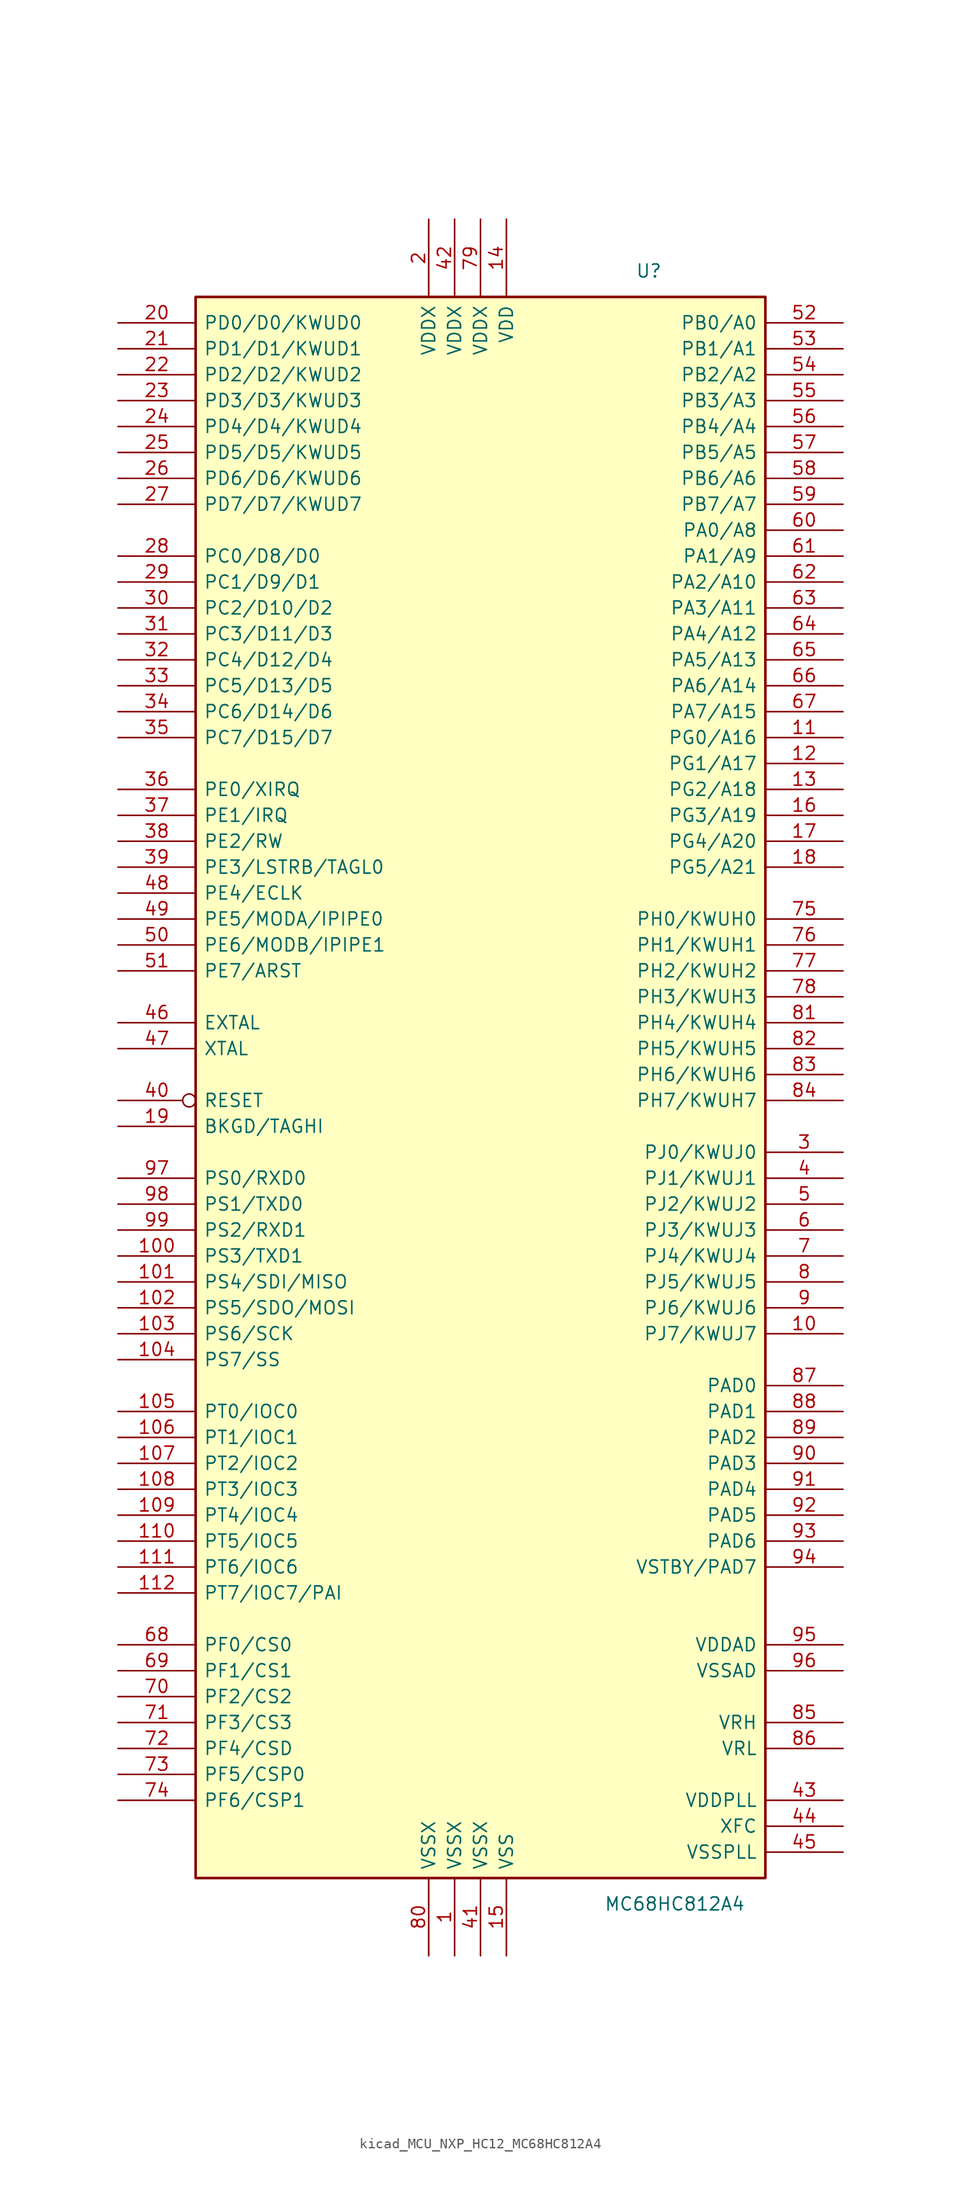
<source format=kicad_sym>
(kicad_symbol_lib
  (version 20220914)
  (generator kicad_symbol_editor)
  (symbol "kicad_MCU_NXP_HC12_MC68HC812A4"
    (pin_names
      (offset 0.762))
    (property "Reference" "U"
      (at 16.51 86.36 0)
      (effects (font (size 1.27 1.27))))
    (property "Value" "MC68HC812A4"
      (at 19.05 -73.66 0)
      (effects (font (size 1.27 1.27))))
    (symbol "kicad_MCU_NXP_HC12_MC68HC812A4_0_1"
      (rectangle (start -27.94 83.82) (end 27.94 -71.12) (stroke (width 0.254) (type default)) (fill (type background))))
    (symbol "kicad_MCU_NXP_HC12_MC68HC812A4_1_1"
      (pin power_in line (at -2.54 -78.74 90) (length 7.62) (name "VSSX" (effects (font (size 1.27 1.27)))) (number "1" (effects (font (size 1.27 1.27)))))
      (pin bidirectional line (at 35.56 -17.78 180) (length 7.62) (name "PJ7/KWUJ7" (effects (font (size 1.27 1.27)))) (number "10" (effects (font (size 1.27 1.27)))))
      (pin bidirectional line (at -35.56 -10.16 0) (length 7.62) (name "PS3/TXD1" (effects (font (size 1.27 1.27)))) (number "100" (effects (font (size 1.27 1.27)))))
      (pin bidirectional line (at -35.56 -12.7 0) (length 7.62) (name "PS4/SDI/MISO" (effects (font (size 1.27 1.27)))) (number "101" (effects (font (size 1.27 1.27)))))
      (pin bidirectional line (at -35.56 -15.24 0) (length 7.62) (name "PS5/SDO/MOSI" (effects (font (size 1.27 1.27)))) (number "102" (effects (font (size 1.27 1.27)))))
      (pin bidirectional line (at -35.56 -17.78 0) (length 7.62) (name "PS6/SCK" (effects (font (size 1.27 1.27)))) (number "103" (effects (font (size 1.27 1.27)))))
      (pin bidirectional line (at -35.56 -20.32 0) (length 7.62) (name "PS7/SS" (effects (font (size 1.27 1.27)))) (number "104" (effects (font (size 1.27 1.27)))))
      (pin bidirectional line (at -35.56 -25.4 0) (length 7.62) (name "PT0/IOC0" (effects (font (size 1.27 1.27)))) (number "105" (effects (font (size 1.27 1.27)))))
      (pin bidirectional line (at -35.56 -27.94 0) (length 7.62) (name "PT1/IOC1" (effects (font (size 1.27 1.27)))) (number "106" (effects (font (size 1.27 1.27)))))
      (pin bidirectional line (at -35.56 -30.48 0) (length 7.62) (name "PT2/IOC2" (effects (font (size 1.27 1.27)))) (number "107" (effects (font (size 1.27 1.27)))))
      (pin bidirectional line (at -35.56 -33.02 0) (length 7.62) (name "PT3/IOC3" (effects (font (size 1.27 1.27)))) (number "108" (effects (font (size 1.27 1.27)))))
      (pin bidirectional line (at -35.56 -35.56 0) (length 7.62) (name "PT4/IOC4" (effects (font (size 1.27 1.27)))) (number "109" (effects (font (size 1.27 1.27)))))
      (pin bidirectional line (at 35.56 40.64 180) (length 7.62) (name "PG0/A16" (effects (font (size 1.27 1.27)))) (number "11" (effects (font (size 1.27 1.27)))))
      (pin bidirectional line (at -35.56 -38.1 0) (length 7.62) (name "PT5/IOC5" (effects (font (size 1.27 1.27)))) (number "110" (effects (font (size 1.27 1.27)))))
      (pin bidirectional line (at -35.56 -40.64 0) (length 7.62) (name "PT6/IOC6" (effects (font (size 1.27 1.27)))) (number "111" (effects (font (size 1.27 1.27)))))
      (pin bidirectional line (at -35.56 -43.18 0) (length 7.62) (name "PT7/IOC7/PAI" (effects (font (size 1.27 1.27)))) (number "112" (effects (font (size 1.27 1.27)))))
      (pin bidirectional line (at 35.56 38.1 180) (length 7.62) (name "PG1/A17" (effects (font (size 1.27 1.27)))) (number "12" (effects (font (size 1.27 1.27)))))
      (pin bidirectional line (at 35.56 35.56 180) (length 7.62) (name "PG2/A18" (effects (font (size 1.27 1.27)))) (number "13" (effects (font (size 1.27 1.27)))))
      (pin power_in line (at 2.54 91.44 270) (length 7.62) (name "VDD" (effects (font (size 1.27 1.27)))) (number "14" (effects (font (size 1.27 1.27)))))
      (pin power_in line (at 2.54 -78.74 90) (length 7.62) (name "VSS" (effects (font (size 1.27 1.27)))) (number "15" (effects (font (size 1.27 1.27)))))
      (pin bidirectional line (at 35.56 33.02 180) (length 7.62) (name "PG3/A19" (effects (font (size 1.27 1.27)))) (number "16" (effects (font (size 1.27 1.27)))))
      (pin bidirectional line (at 35.56 30.48 180) (length 7.62) (name "PG4/A20" (effects (font (size 1.27 1.27)))) (number "17" (effects (font (size 1.27 1.27)))))
      (pin bidirectional line (at 35.56 27.94 180) (length 7.62) (name "PG5/A21" (effects (font (size 1.27 1.27)))) (number "18" (effects (font (size 1.27 1.27)))))
      (pin bidirectional line (at -35.56 2.54 0) (length 7.62) (name "BKGD/TAGHI" (effects (font (size 1.27 1.27)))) (number "19" (effects (font (size 1.27 1.27)))))
      (pin power_in line (at -5.08 91.44 270) (length 7.62) (name "VDDX" (effects (font (size 1.27 1.27)))) (number "2" (effects (font (size 1.27 1.27)))))
      (pin bidirectional line (at -35.56 81.28 0) (length 7.62) (name "PD0/D0/KWUD0" (effects (font (size 1.27 1.27)))) (number "20" (effects (font (size 1.27 1.27)))))
      (pin bidirectional line (at -35.56 78.74 0) (length 7.62) (name "PD1/D1/KWUD1" (effects (font (size 1.27 1.27)))) (number "21" (effects (font (size 1.27 1.27)))))
      (pin bidirectional line (at -35.56 76.2 0) (length 7.62) (name "PD2/D2/KWUD2" (effects (font (size 1.27 1.27)))) (number "22" (effects (font (size 1.27 1.27)))))
      (pin bidirectional line (at -35.56 73.66 0) (length 7.62) (name "PD3/D3/KWUD3" (effects (font (size 1.27 1.27)))) (number "23" (effects (font (size 1.27 1.27)))))
      (pin bidirectional line (at -35.56 71.12 0) (length 7.62) (name "PD4/D4/KWUD4" (effects (font (size 1.27 1.27)))) (number "24" (effects (font (size 1.27 1.27)))))
      (pin bidirectional line (at -35.56 68.58 0) (length 7.62) (name "PD5/D5/KWUD5" (effects (font (size 1.27 1.27)))) (number "25" (effects (font (size 1.27 1.27)))))
      (pin bidirectional line (at -35.56 66.04 0) (length 7.62) (name "PD6/D6/KWUD6" (effects (font (size 1.27 1.27)))) (number "26" (effects (font (size 1.27 1.27)))))
      (pin bidirectional line (at -35.56 63.5 0) (length 7.62) (name "PD7/D7/KWUD7" (effects (font (size 1.27 1.27)))) (number "27" (effects (font (size 1.27 1.27)))))
      (pin bidirectional line (at -35.56 58.42 0) (length 7.62) (name "PC0/D8/D0" (effects (font (size 1.27 1.27)))) (number "28" (effects (font (size 1.27 1.27)))))
      (pin bidirectional line (at -35.56 55.88 0) (length 7.62) (name "PC1/D9/D1" (effects (font (size 1.27 1.27)))) (number "29" (effects (font (size 1.27 1.27)))))
      (pin bidirectional line (at 35.56 0 180) (length 7.62) (name "PJ0/KWUJ0" (effects (font (size 1.27 1.27)))) (number "3" (effects (font (size 1.27 1.27)))))
      (pin bidirectional line (at -35.56 53.34 0) (length 7.62) (name "PC2/D10/D2" (effects (font (size 1.27 1.27)))) (number "30" (effects (font (size 1.27 1.27)))))
      (pin bidirectional line (at -35.56 50.8 0) (length 7.62) (name "PC3/D11/D3" (effects (font (size 1.27 1.27)))) (number "31" (effects (font (size 1.27 1.27)))))
      (pin bidirectional line (at -35.56 48.26 0) (length 7.62) (name "PC4/D12/D4" (effects (font (size 1.27 1.27)))) (number "32" (effects (font (size 1.27 1.27)))))
      (pin bidirectional line (at -35.56 45.72 0) (length 7.62) (name "PC5/D13/D5" (effects (font (size 1.27 1.27)))) (number "33" (effects (font (size 1.27 1.27)))))
      (pin bidirectional line (at -35.56 43.18 0) (length 7.62) (name "PC6/D14/D6" (effects (font (size 1.27 1.27)))) (number "34" (effects (font (size 1.27 1.27)))))
      (pin bidirectional line (at -35.56 40.64 0) (length 7.62) (name "PC7/D15/D7" (effects (font (size 1.27 1.27)))) (number "35" (effects (font (size 1.27 1.27)))))
      (pin input line (at -35.56 35.56 0) (length 7.62) (name "PE0/XIRQ" (effects (font (size 1.27 1.27)))) (number "36" (effects (font (size 1.27 1.27)))))
      (pin input line (at -35.56 33.02 0) (length 7.62) (name "PE1/IRQ" (effects (font (size 1.27 1.27)))) (number "37" (effects (font (size 1.27 1.27)))))
      (pin bidirectional line (at -35.56 30.48 0) (length 7.62) (name "PE2/RW" (effects (font (size 1.27 1.27)))) (number "38" (effects (font (size 1.27 1.27)))))
      (pin bidirectional line (at -35.56 27.94 0) (length 7.62) (name "PE3/LSTRB/TAGL0" (effects (font (size 1.27 1.27)))) (number "39" (effects (font (size 1.27 1.27)))))
      (pin bidirectional line (at 35.56 -2.54 180) (length 7.62) (name "PJ1/KWUJ1" (effects (font (size 1.27 1.27)))) (number "4" (effects (font (size 1.27 1.27)))))
      (pin bidirectional inverted (at -35.56 5.08 0) (length 7.62) (name "RESET" (effects (font (size 1.27 1.27)))) (number "40" (effects (font (size 1.27 1.27)))))
      (pin power_in line (at 0 -78.74 90) (length 7.62) (name "VSSX" (effects (font (size 1.27 1.27)))) (number "41" (effects (font (size 1.27 1.27)))))
      (pin power_in line (at -2.54 91.44 270) (length 7.62) (name "VDDX" (effects (font (size 1.27 1.27)))) (number "42" (effects (font (size 1.27 1.27)))))
      (pin input line (at 35.56 -63.5 180) (length 7.62) (name "VDDPLL" (effects (font (size 1.27 1.27)))) (number "43" (effects (font (size 1.27 1.27)))))
      (pin passive line (at 35.56 -66.04 180) (length 7.62) (name "XFC" (effects (font (size 1.27 1.27)))) (number "44" (effects (font (size 1.27 1.27)))))
      (pin input line (at 35.56 -68.58 180) (length 7.62) (name "VSSPLL" (effects (font (size 1.27 1.27)))) (number "45" (effects (font (size 1.27 1.27)))))
      (pin input line (at -35.56 12.7 0) (length 7.62) (name "EXTAL" (effects (font (size 1.27 1.27)))) (number "46" (effects (font (size 1.27 1.27)))))
      (pin output line (at -35.56 10.16 0) (length 7.62) (name "XTAL" (effects (font (size 1.27 1.27)))) (number "47" (effects (font (size 1.27 1.27)))))
      (pin bidirectional line (at -35.56 25.4 0) (length 7.62) (name "PE4/ECLK" (effects (font (size 1.27 1.27)))) (number "48" (effects (font (size 1.27 1.27)))))
      (pin bidirectional line (at -35.56 22.86 0) (length 7.62) (name "PE5/MODA/IPIPE0" (effects (font (size 1.27 1.27)))) (number "49" (effects (font (size 1.27 1.27)))))
      (pin bidirectional line (at 35.56 -5.08 180) (length 7.62) (name "PJ2/KWUJ2" (effects (font (size 1.27 1.27)))) (number "5" (effects (font (size 1.27 1.27)))))
      (pin bidirectional line (at -35.56 20.32 0) (length 7.62) (name "PE6/MODB/IPIPE1" (effects (font (size 1.27 1.27)))) (number "50" (effects (font (size 1.27 1.27)))))
      (pin bidirectional line (at -35.56 17.78 0) (length 7.62) (name "PE7/ARST" (effects (font (size 1.27 1.27)))) (number "51" (effects (font (size 1.27 1.27)))))
      (pin bidirectional line (at 35.56 81.28 180) (length 7.62) (name "PB0/A0" (effects (font (size 1.27 1.27)))) (number "52" (effects (font (size 1.27 1.27)))))
      (pin bidirectional line (at 35.56 78.74 180) (length 7.62) (name "PB1/A1" (effects (font (size 1.27 1.27)))) (number "53" (effects (font (size 1.27 1.27)))))
      (pin bidirectional line (at 35.56 76.2 180) (length 7.62) (name "PB2/A2" (effects (font (size 1.27 1.27)))) (number "54" (effects (font (size 1.27 1.27)))))
      (pin bidirectional line (at 35.56 73.66 180) (length 7.62) (name "PB3/A3" (effects (font (size 1.27 1.27)))) (number "55" (effects (font (size 1.27 1.27)))))
      (pin bidirectional line (at 35.56 71.12 180) (length 7.62) (name "PB4/A4" (effects (font (size 1.27 1.27)))) (number "56" (effects (font (size 1.27 1.27)))))
      (pin bidirectional line (at 35.56 68.58 180) (length 7.62) (name "PB5/A5" (effects (font (size 1.27 1.27)))) (number "57" (effects (font (size 1.27 1.27)))))
      (pin bidirectional line (at 35.56 66.04 180) (length 7.62) (name "PB6/A6" (effects (font (size 1.27 1.27)))) (number "58" (effects (font (size 1.27 1.27)))))
      (pin bidirectional line (at 35.56 63.5 180) (length 7.62) (name "PB7/A7" (effects (font (size 1.27 1.27)))) (number "59" (effects (font (size 1.27 1.27)))))
      (pin bidirectional line (at 35.56 -7.62 180) (length 7.62) (name "PJ3/KWUJ3" (effects (font (size 1.27 1.27)))) (number "6" (effects (font (size 1.27 1.27)))))
      (pin bidirectional line (at 35.56 60.96 180) (length 7.62) (name "PA0/A8" (effects (font (size 1.27 1.27)))) (number "60" (effects (font (size 1.27 1.27)))))
      (pin bidirectional line (at 35.56 58.42 180) (length 7.62) (name "PA1/A9" (effects (font (size 1.27 1.27)))) (number "61" (effects (font (size 1.27 1.27)))))
      (pin bidirectional line (at 35.56 55.88 180) (length 7.62) (name "PA2/A10" (effects (font (size 1.27 1.27)))) (number "62" (effects (font (size 1.27 1.27)))))
      (pin bidirectional line (at 35.56 53.34 180) (length 7.62) (name "PA3/A11" (effects (font (size 1.27 1.27)))) (number "63" (effects (font (size 1.27 1.27)))))
      (pin bidirectional line (at 35.56 50.8 180) (length 7.62) (name "PA4/A12" (effects (font (size 1.27 1.27)))) (number "64" (effects (font (size 1.27 1.27)))))
      (pin bidirectional line (at 35.56 48.26 180) (length 7.62) (name "PA5/A13" (effects (font (size 1.27 1.27)))) (number "65" (effects (font (size 1.27 1.27)))))
      (pin bidirectional line (at 35.56 45.72 180) (length 7.62) (name "PA6/A14" (effects (font (size 1.27 1.27)))) (number "66" (effects (font (size 1.27 1.27)))))
      (pin bidirectional line (at 35.56 43.18 180) (length 7.62) (name "PA7/A15" (effects (font (size 1.27 1.27)))) (number "67" (effects (font (size 1.27 1.27)))))
      (pin bidirectional line (at -35.56 -48.26 0) (length 7.62) (name "PF0/CS0" (effects (font (size 1.27 1.27)))) (number "68" (effects (font (size 1.27 1.27)))))
      (pin bidirectional line (at -35.56 -50.8 0) (length 7.62) (name "PF1/CS1" (effects (font (size 1.27 1.27)))) (number "69" (effects (font (size 1.27 1.27)))))
      (pin bidirectional line (at 35.56 -10.16 180) (length 7.62) (name "PJ4/KWUJ4" (effects (font (size 1.27 1.27)))) (number "7" (effects (font (size 1.27 1.27)))))
      (pin bidirectional line (at -35.56 -53.34 0) (length 7.62) (name "PF2/CS2" (effects (font (size 1.27 1.27)))) (number "70" (effects (font (size 1.27 1.27)))))
      (pin bidirectional line (at -35.56 -55.88 0) (length 7.62) (name "PF3/CS3" (effects (font (size 1.27 1.27)))) (number "71" (effects (font (size 1.27 1.27)))))
      (pin bidirectional line (at -35.56 -58.42 0) (length 7.62) (name "PF4/CSD" (effects (font (size 1.27 1.27)))) (number "72" (effects (font (size 1.27 1.27)))))
      (pin bidirectional line (at -35.56 -60.96 0) (length 7.62) (name "PF5/CSP0" (effects (font (size 1.27 1.27)))) (number "73" (effects (font (size 1.27 1.27)))))
      (pin bidirectional line (at -35.56 -63.5 0) (length 7.62) (name "PF6/CSP1" (effects (font (size 1.27 1.27)))) (number "74" (effects (font (size 1.27 1.27)))))
      (pin bidirectional line (at 35.56 22.86 180) (length 7.62) (name "PH0/KWUH0" (effects (font (size 1.27 1.27)))) (number "75" (effects (font (size 1.27 1.27)))))
      (pin bidirectional line (at 35.56 20.32 180) (length 7.62) (name "PH1/KWUH1" (effects (font (size 1.27 1.27)))) (number "76" (effects (font (size 1.27 1.27)))))
      (pin bidirectional line (at 35.56 17.78 180) (length 7.62) (name "PH2/KWUH2" (effects (font (size 1.27 1.27)))) (number "77" (effects (font (size 1.27 1.27)))))
      (pin bidirectional line (at 35.56 15.24 180) (length 7.62) (name "PH3/KWUH3" (effects (font (size 1.27 1.27)))) (number "78" (effects (font (size 1.27 1.27)))))
      (pin power_in line (at 0 91.44 270) (length 7.62) (name "VDDX" (effects (font (size 1.27 1.27)))) (number "79" (effects (font (size 1.27 1.27)))))
      (pin bidirectional line (at 35.56 -12.7 180) (length 7.62) (name "PJ5/KWUJ5" (effects (font (size 1.27 1.27)))) (number "8" (effects (font (size 1.27 1.27)))))
      (pin power_in line (at -5.08 -78.74 90) (length 7.62) (name "VSSX" (effects (font (size 1.27 1.27)))) (number "80" (effects (font (size 1.27 1.27)))))
      (pin bidirectional line (at 35.56 12.7 180) (length 7.62) (name "PH4/KWUH4" (effects (font (size 1.27 1.27)))) (number "81" (effects (font (size 1.27 1.27)))))
      (pin bidirectional line (at 35.56 10.16 180) (length 7.62) (name "PH5/KWUH5" (effects (font (size 1.27 1.27)))) (number "82" (effects (font (size 1.27 1.27)))))
      (pin bidirectional line (at 35.56 7.62 180) (length 7.62) (name "PH6/KWUH6" (effects (font (size 1.27 1.27)))) (number "83" (effects (font (size 1.27 1.27)))))
      (pin bidirectional line (at 35.56 5.08 180) (length 7.62) (name "PH7/KWUH7" (effects (font (size 1.27 1.27)))) (number "84" (effects (font (size 1.27 1.27)))))
      (pin input line (at 35.56 -55.88 180) (length 7.62) (name "VRH" (effects (font (size 1.27 1.27)))) (number "85" (effects (font (size 1.27 1.27)))))
      (pin input line (at 35.56 -58.42 180) (length 7.62) (name "VRL" (effects (font (size 1.27 1.27)))) (number "86" (effects (font (size 1.27 1.27)))))
      (pin input line (at 35.56 -22.86 180) (length 7.62) (name "PAD0" (effects (font (size 1.27 1.27)))) (number "87" (effects (font (size 1.27 1.27)))))
      (pin input line (at 35.56 -25.4 180) (length 7.62) (name "PAD1" (effects (font (size 1.27 1.27)))) (number "88" (effects (font (size 1.27 1.27)))))
      (pin input line (at 35.56 -27.94 180) (length 7.62) (name "PAD2" (effects (font (size 1.27 1.27)))) (number "89" (effects (font (size 1.27 1.27)))))
      (pin bidirectional line (at 35.56 -15.24 180) (length 7.62) (name "PJ6/KWUJ6" (effects (font (size 1.27 1.27)))) (number "9" (effects (font (size 1.27 1.27)))))
      (pin input line (at 35.56 -30.48 180) (length 7.62) (name "PAD3" (effects (font (size 1.27 1.27)))) (number "90" (effects (font (size 1.27 1.27)))))
      (pin input line (at 35.56 -33.02 180) (length 7.62) (name "PAD4" (effects (font (size 1.27 1.27)))) (number "91" (effects (font (size 1.27 1.27)))))
      (pin input line (at 35.56 -35.56 180) (length 7.62) (name "PAD5" (effects (font (size 1.27 1.27)))) (number "92" (effects (font (size 1.27 1.27)))))
      (pin input line (at 35.56 -38.1 180) (length 7.62) (name "PAD6" (effects (font (size 1.27 1.27)))) (number "93" (effects (font (size 1.27 1.27)))))
      (pin input line (at 35.56 -40.64 180) (length 7.62) (name "VSTBY/PAD7" (effects (font (size 1.27 1.27)))) (number "94" (effects (font (size 1.27 1.27)))))
      (pin input line (at 35.56 -48.26 180) (length 7.62) (name "VDDAD" (effects (font (size 1.27 1.27)))) (number "95" (effects (font (size 1.27 1.27)))))
      (pin input line (at 35.56 -50.8 180) (length 7.62) (name "VSSAD" (effects (font (size 1.27 1.27)))) (number "96" (effects (font (size 1.27 1.27)))))
      (pin bidirectional line (at -35.56 -2.54 0) (length 7.62) (name "PS0/RXD0" (effects (font (size 1.27 1.27)))) (number "97" (effects (font (size 1.27 1.27)))))
      (pin bidirectional line (at -35.56 -5.08 0) (length 7.62) (name "PS1/TXD0" (effects (font (size 1.27 1.27)))) (number "98" (effects (font (size 1.27 1.27)))))
      (pin bidirectional line (at -35.56 -7.62 0) (length 7.62) (name "PS2/RXD1" (effects (font (size 1.27 1.27)))) (number "99" (effects (font (size 1.27 1.27))))))))
</source>
